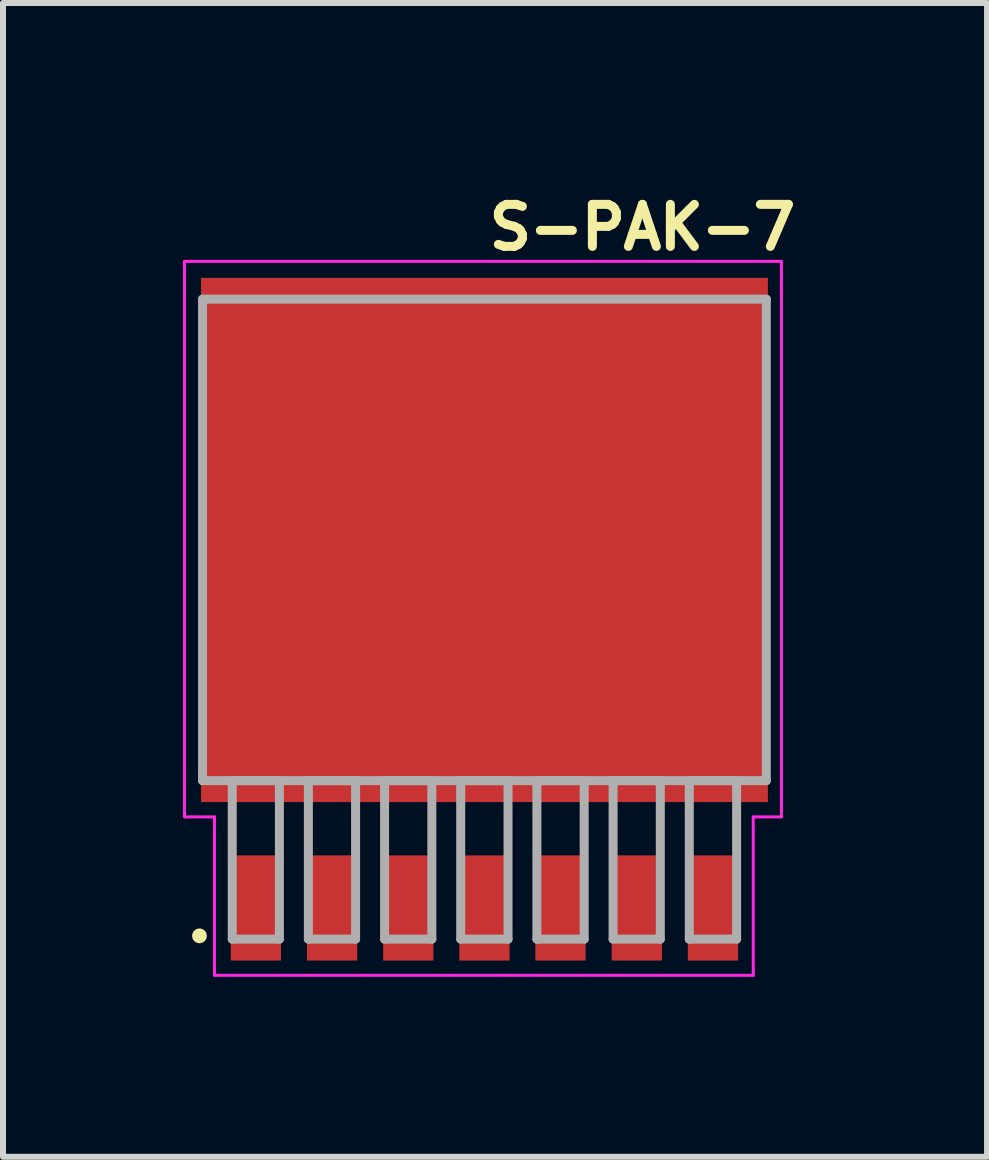
<source format=kicad_pcb>
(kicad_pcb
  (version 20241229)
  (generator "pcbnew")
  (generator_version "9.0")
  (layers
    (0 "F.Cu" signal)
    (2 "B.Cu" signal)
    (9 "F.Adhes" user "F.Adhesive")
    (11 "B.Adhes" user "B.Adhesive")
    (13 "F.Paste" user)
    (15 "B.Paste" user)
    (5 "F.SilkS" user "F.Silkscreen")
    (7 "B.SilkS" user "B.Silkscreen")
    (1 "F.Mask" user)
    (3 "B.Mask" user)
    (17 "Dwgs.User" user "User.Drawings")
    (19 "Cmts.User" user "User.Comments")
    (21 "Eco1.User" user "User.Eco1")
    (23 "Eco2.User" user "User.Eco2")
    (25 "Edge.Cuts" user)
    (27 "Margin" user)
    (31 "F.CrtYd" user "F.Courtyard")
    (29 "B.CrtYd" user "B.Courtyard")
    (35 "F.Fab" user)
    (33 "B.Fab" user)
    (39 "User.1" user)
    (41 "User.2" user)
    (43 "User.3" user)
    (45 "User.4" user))
  (footprint "S-PAK-7"
    (layer "F.Cu")
    (at 5.025 7.386)
    (property "Reference" "S-PAK-7" (at 0 -6.236 0) (unlocked yes) (layer "F.SilkS") (effects (font (size 0.7 0.7) (thickness 0.15)) (justify left bottom)))
    (attr smd)
    (fp_circle (center -4.75 5.163) (end -4.702 5.163) (stroke (width 0.15) (type solid)) (fill yes) (layer "F.SilkS"))
    (fp_line (start -5 -6.08) (end 4.95 -6.08) (stroke (width 0.05) (type solid)) (layer "F.CrtYd"))
    (fp_line (start -5 3.18) (end -5 -6.08) (stroke (width 0.05) (type solid)) (layer "F.CrtYd"))
    (fp_line (start -4.5 3.18) (end -5 3.18) (stroke (width 0.05) (type solid)) (layer "F.CrtYd"))
    (fp_line (start -4.5 5.82) (end -4.5 3.18) (stroke (width 0.05) (type solid)) (layer "F.CrtYd"))
    (fp_line (start 4.48 3.18) (end 4.48 5.82) (stroke (width 0.05) (type solid)) (layer "F.CrtYd"))
    (fp_line (start 4.48 5.82) (end -4.5 5.82) (stroke (width 0.05) (type solid)) (layer "F.CrtYd"))
    (fp_line (start 4.95 -6.08) (end 4.95 3.18) (stroke (width 0.05) (type solid)) (layer "F.CrtYd"))
    (fp_line (start 4.95 3.18) (end 4.48 3.18) (stroke (width 0.05) (type solid)) (layer "F.CrtYd"))
    (fp_line (start -4.699 -5.449) (end -4.699 2.576) (stroke (width 0.15) (type solid)) (layer "F.Fab"))
    (fp_line (start -4.699 2.576) (end 4.698 2.576) (stroke (width 0.15) (type solid)) (layer "F.Fab"))
    (fp_line (start -4.204 2.576) (end -4.204 5.217) (stroke (width 0.15) (type solid)) (layer "F.Fab"))
    (fp_line (start -4.204 5.217) (end -3.418 5.217) (stroke (width 0.15) (type solid)) (layer "F.Fab"))
    (fp_line (start -3.418 2.576) (end -4.204 2.576) (stroke (width 0.15) (type solid)) (layer "F.Fab"))
    (fp_line (start -3.418 5.217) (end -3.418 2.576) (stroke (width 0.15) (type solid)) (layer "F.Fab"))
    (fp_line (start -2.935 2.576) (end -2.935 5.217) (stroke (width 0.15) (type solid)) (layer "F.Fab"))
    (fp_line (start -2.935 5.217) (end -2.148 5.217) (stroke (width 0.15) (type solid)) (layer "F.Fab"))
    (fp_line (start -2.148 2.576) (end -2.935 2.576) (stroke (width 0.15) (type solid)) (layer "F.Fab"))
    (fp_line (start -2.148 5.217) (end -2.148 2.576) (stroke (width 0.15) (type solid)) (layer "F.Fab"))
    (fp_line (start -1.665 2.576) (end -1.665 5.217) (stroke (width 0.15) (type solid)) (layer "F.Fab"))
    (fp_line (start -1.665 5.217) (end -0.877 5.217) (stroke (width 0.15) (type solid)) (layer "F.Fab"))
    (fp_line (start -0.877 2.576) (end -1.665 2.576) (stroke (width 0.15) (type solid)) (layer "F.Fab"))
    (fp_line (start -0.877 5.217) (end -0.877 2.576) (stroke (width 0.15) (type solid)) (layer "F.Fab"))
    (fp_line (start -0.396 2.576) (end -0.396 5.217) (stroke (width 0.15) (type solid)) (layer "F.Fab"))
    (fp_line (start -0.396 5.217) (end 0.393 5.217) (stroke (width 0.15) (type solid)) (layer "F.Fab"))
    (fp_line (start 0.393 2.576) (end -0.396 2.576) (stroke (width 0.15) (type solid)) (layer "F.Fab"))
    (fp_line (start 0.393 5.217) (end 0.393 2.576) (stroke (width 0.15) (type solid)) (layer "F.Fab"))
    (fp_line (start 0.874 2.576) (end 0.874 5.217) (stroke (width 0.15) (type solid)) (layer "F.Fab"))
    (fp_line (start 0.874 5.217) (end 1.662 5.217) (stroke (width 0.15) (type solid)) (layer "F.Fab"))
    (fp_line (start 1.662 2.576) (end 0.874 2.576) (stroke (width 0.15) (type solid)) (layer "F.Fab"))
    (fp_line (start 1.662 5.217) (end 1.662 2.576) (stroke (width 0.15) (type solid)) (layer "F.Fab"))
    (fp_line (start 2.144 2.576) (end 2.144 5.217) (stroke (width 0.15) (type solid)) (layer "F.Fab"))
    (fp_line (start 2.144 5.217) (end 2.931 5.217) (stroke (width 0.15) (type solid)) (layer "F.Fab"))
    (fp_line (start 2.931 2.576) (end 2.144 2.576) (stroke (width 0.15) (type solid)) (layer "F.Fab"))
    (fp_line (start 2.931 5.217) (end 2.931 2.576) (stroke (width 0.15) (type solid)) (layer "F.Fab"))
    (fp_line (start 3.414 2.576) (end 3.414 5.217) (stroke (width 0.15) (type solid)) (layer "F.Fab"))
    (fp_line (start 3.414 5.217) (end 4.203 5.217) (stroke (width 0.15) (type solid)) (layer "F.Fab"))
    (fp_line (start 4.203 2.576) (end 3.414 2.576) (stroke (width 0.15) (type solid)) (layer "F.Fab"))
    (fp_line (start 4.203 5.217) (end 4.203 2.576) (stroke (width 0.15) (type solid)) (layer "F.Fab"))
    (fp_line (start 4.698 -5.449) (end -4.699 -5.449) (stroke (width 0.15) (type solid)) (layer "F.Fab"))
    (fp_line (start 4.698 2.576) (end 4.698 -5.449) (stroke (width 0.15) (type solid)) (layer "F.Fab"))
    (fp_rect (start -4.763 -5.335) (end 4.761 5.333) (stroke (width 0.1) (type solid)) (fill no) (layer "User.5"))
    (fp_line (start -4.763 -5.335) (end -4.763 4.062) (stroke (width 0.02) (type solid)) (layer "User.9"))
    (fp_line (start -4.763 4.062) (end 4.761 4.062) (stroke (width 0.02) (type solid)) (layer "User.9"))
    (fp_line (start -4.204 4.318) (end -4.204 4.062) (stroke (width 0.02) (type solid)) (layer "User.9"))
    (fp_line (start -4.204 4.791) (end -4.204 4.318) (stroke (width 0.02) (type solid)) (layer "User.9"))
    (fp_line (start -4.204 4.842) (end -4.204 4.791) (stroke (width 0.02) (type solid)) (layer "User.9"))
    (fp_line (start -4.204 5.078) (end -4.204 4.842) (stroke (width 0.02) (type solid)) (layer "User.9"))
    (fp_line (start -4.204 5.333) (end -4.204 5.078) (stroke (width 0.02) (type solid)) (layer "User.9"))
    (fp_line (start -4.05 2.818) (end -4.05 2.818) (stroke (width 0.02) (type solid)) (layer "User.9"))
    (fp_line (start -4.05 2.818) (end -4.048 2.83) (stroke (width 0.02) (type solid)) (layer "User.9"))
    (fp_line (start -4.048 2.805) (end -4.05 2.818) (stroke (width 0.02) (type solid)) (layer "User.9"))
    (fp_line (start -4.048 2.83) (end -4.047 2.842) (stroke (width 0.02) (type solid)) (layer "User.9"))
    (fp_line (start -4.047 2.781) (end -4.047 2.793) (stroke (width 0.02) (type solid)) (layer "User.9"))
    (fp_line (start -4.047 2.793) (end -4.048 2.805) (stroke (width 0.02) (type solid)) (layer "User.9"))
    (fp_line (start -4.047 2.842) (end -4.047 2.854) (stroke (width 0.02) (type solid)) (layer "User.9"))
    (fp_line (start -4.047 2.854) (end -4.045 2.865) (stroke (width 0.02) (type solid)) (layer "User.9"))
    (fp_line (start -4.045 2.769) (end -4.047 2.781) (stroke (width 0.02) (type solid)) (layer "User.9"))
    (fp_line (start -4.045 2.865) (end -4.042 2.877) (stroke (width 0.02) (type solid)) (layer "User.9"))
    (fp_line (start -4.042 2.757) (end -4.045 2.769) (stroke (width 0.02) (type solid)) (layer "User.9"))
    (fp_line (start -4.042 2.877) (end -4.039 2.887) (stroke (width 0.02) (type solid)) (layer "User.9"))
    (fp_line (start -4.039 2.746) (end -4.042 2.757) (stroke (width 0.02) (type solid)) (layer "User.9"))
    (fp_line (start -4.039 2.887) (end -4.034 2.898) (stroke (width 0.02) (type solid)) (layer "User.9"))
    (fp_line (start -4.034 2.736) (end -4.039 2.746) (stroke (width 0.02) (type solid)) (layer "User.9"))
    (fp_line (start -4.034 2.898) (end -4.031 2.91) (stroke (width 0.02) (type solid)) (layer "User.9"))
    (fp_line (start -4.031 2.725) (end -4.034 2.736) (stroke (width 0.02) (type solid)) (layer "User.9"))
    (fp_line (start -4.031 2.91) (end -4.026 2.921) (stroke (width 0.02) (type solid)) (layer "User.9"))
    (fp_line (start -4.026 2.713) (end -4.031 2.725) (stroke (width 0.02) (type solid)) (layer "User.9"))
    (fp_line (start -4.026 2.921) (end -4.021 2.93) (stroke (width 0.02) (type solid)) (layer "User.9"))
    (fp_line (start -4.021 2.704) (end -4.026 2.713) (stroke (width 0.02) (type solid)) (layer "User.9"))
    (fp_line (start -4.021 2.93) (end -4.015 2.941) (stroke (width 0.02) (type solid)) (layer "User.9"))
    (fp_line (start -4.015 2.693) (end -4.021 2.704) (stroke (width 0.02) (type solid)) (layer "User.9"))
    (fp_line (start -4.015 2.941) (end -4.008 2.951) (stroke (width 0.02) (type solid)) (layer "User.9"))
    (fp_line (start -4.008 2.684) (end -4.015 2.693) (stroke (width 0.02) (type solid)) (layer "User.9"))
    (fp_line (start -4.008 2.951) (end -4.002 2.959) (stroke (width 0.02) (type solid)) (layer "User.9"))
    (fp_line (start -4.002 2.675) (end -4.008 2.684) (stroke (width 0.02) (type solid)) (layer "User.9"))
    (fp_line (start -4.002 2.959) (end -3.995 2.968) (stroke (width 0.02) (type solid)) (layer "User.9"))
    (fp_line (start -3.995 2.665) (end -4.002 2.675) (stroke (width 0.02) (type solid)) (layer "User.9"))
    (fp_line (start -3.995 2.968) (end -3.988 2.978) (stroke (width 0.02) (type solid)) (layer "User.9"))
    (fp_line (start -3.988 2.656) (end -3.995 2.665) (stroke (width 0.02) (type solid)) (layer "User.9"))
    (fp_line (start -3.988 2.978) (end -3.98 2.986) (stroke (width 0.02) (type solid)) (layer "User.9"))
    (fp_line (start -3.98 2.648) (end -3.988 2.656) (stroke (width 0.02) (type solid)) (layer "User.9"))
    (fp_line (start -3.98 2.986) (end -3.972 2.994) (stroke (width 0.02) (type solid)) (layer "User.9"))
    (fp_line (start -3.972 2.64) (end -3.98 2.648) (stroke (width 0.02) (type solid)) (layer "User.9"))
    (fp_line (start -3.972 2.994) (end -3.963 3) (stroke (width 0.02) (type solid)) (layer "User.9"))
    (fp_line (start -3.963 2.633) (end -3.972 2.64) (stroke (width 0.02) (type solid)) (layer "User.9"))
    (fp_line (start -3.963 3) (end -3.954 3.007) (stroke (width 0.02) (type solid)) (layer "User.9"))
    (fp_line (start -3.954 2.627) (end -3.963 2.633) (stroke (width 0.02) (type solid)) (layer "User.9"))
    (fp_line (start -3.954 3.007) (end -3.944 3.015) (stroke (width 0.02) (type solid)) (layer "User.9"))
    (fp_line (start -3.944 2.62) (end -3.954 2.627) (stroke (width 0.02) (type solid)) (layer "User.9"))
    (fp_line (start -3.944 3.015) (end -3.935 3.02) (stroke (width 0.02) (type solid)) (layer "User.9"))
    (fp_line (start -3.935 2.613) (end -3.944 2.62) (stroke (width 0.02) (type solid)) (layer "User.9"))
    (fp_line (start -3.935 3.02) (end -3.924 3.027) (stroke (width 0.02) (type solid)) (layer "User.9"))
    (fp_line (start -3.924 2.608) (end -3.935 2.613) (stroke (width 0.02) (type solid)) (layer "User.9"))
    (fp_line (start -3.924 3.027) (end -3.915 3.031) (stroke (width 0.02) (type solid)) (layer "User.9"))
    (fp_line (start -3.915 2.603) (end -3.924 2.608) (stroke (width 0.02) (type solid)) (layer "User.9"))
    (fp_line (start -3.915 3.031) (end -3.903 3.036) (stroke (width 0.02) (type solid)) (layer "User.9"))
    (fp_line (start -3.903 2.597) (end -3.915 2.603) (stroke (width 0.02) (type solid)) (layer "User.9"))
    (fp_line (start -3.903 3.036) (end -3.892 3.04) (stroke (width 0.02) (type solid)) (layer "User.9"))
    (fp_line (start -3.892 2.593) (end -3.903 2.597) (stroke (width 0.02) (type solid)) (layer "User.9"))
    (fp_line (start -3.892 3.04) (end -3.882 3.044) (stroke (width 0.02) (type solid)) (layer "User.9"))
    (fp_line (start -3.882 2.589) (end -3.892 2.593) (stroke (width 0.02) (type solid)) (layer "User.9"))
    (fp_line (start -3.882 3.044) (end -3.871 3.047) (stroke (width 0.02) (type solid)) (layer "User.9"))
    (fp_line (start -3.871 2.587) (end -3.882 2.589) (stroke (width 0.02) (type solid)) (layer "User.9"))
    (fp_line (start -3.871 3.047) (end -3.859 3.051) (stroke (width 0.02) (type solid)) (layer "User.9"))
    (fp_line (start -3.859 2.584) (end -3.871 2.587) (stroke (width 0.02) (type solid)) (layer "User.9"))
    (fp_line (start -3.859 3.051) (end -3.847 3.052) (stroke (width 0.02) (type solid)) (layer "User.9"))
    (fp_line (start -3.847 2.581) (end -3.859 2.584) (stroke (width 0.02) (type solid)) (layer "User.9"))
    (fp_line (start -3.847 3.052) (end -3.835 3.054) (stroke (width 0.02) (type solid)) (layer "User.9"))
    (fp_line (start -3.835 2.58) (end -3.847 2.581) (stroke (width 0.02) (type solid)) (layer "User.9"))
    (fp_line (start -3.835 3.054) (end -3.823 3.055) (stroke (width 0.02) (type solid)) (layer "User.9"))
    (fp_line (start -3.823 2.58) (end -3.835 2.58) (stroke (width 0.02) (type solid)) (layer "User.9"))
    (fp_line (start -3.823 3.055) (end -3.81 3.055) (stroke (width 0.02) (type solid)) (layer "User.9"))
    (fp_line (start -3.81 2.579) (end -3.823 2.58) (stroke (width 0.02) (type solid)) (layer "User.9"))
    (fp_line (start -3.81 2.579) (end -3.81 2.579) (stroke (width 0.02) (type solid)) (layer "User.9"))
    (fp_line (start -3.81 3.055) (end -3.81 3.055) (stroke (width 0.02) (type solid)) (layer "User.9"))
    (fp_line (start -3.81 3.055) (end -3.798 3.055) (stroke (width 0.02) (type solid)) (layer "User.9"))
    (fp_line (start -3.798 2.58) (end -3.81 2.579) (stroke (width 0.02) (type solid)) (layer "User.9"))
    (fp_line (start -3.798 3.055) (end -3.786 3.054) (stroke (width 0.02) (type solid)) (layer "User.9"))
    (fp_line (start -3.786 2.58) (end -3.798 2.58) (stroke (width 0.02) (type solid)) (layer "User.9"))
    (fp_line (start -3.786 3.054) (end -3.774 3.052) (stroke (width 0.02) (type solid)) (layer "User.9"))
    (fp_line (start -3.774 2.581) (end -3.786 2.58) (stroke (width 0.02) (type solid)) (layer "User.9"))
    (fp_line (start -3.774 3.052) (end -3.763 3.051) (stroke (width 0.02) (type solid)) (layer "User.9"))
    (fp_line (start -3.763 2.584) (end -3.774 2.581) (stroke (width 0.02) (type solid)) (layer "User.9"))
    (fp_line (start -3.763 3.051) (end -3.751 3.047) (stroke (width 0.02) (type solid)) (layer "User.9"))
    (fp_line (start -3.751 2.587) (end -3.763 2.584) (stroke (width 0.02) (type solid)) (layer "User.9"))
    (fp_line (start -3.751 3.047) (end -3.741 3.044) (stroke (width 0.02) (type solid)) (layer "User.9"))
    (fp_line (start -3.741 2.589) (end -3.751 2.587) (stroke (width 0.02) (type solid)) (layer "User.9"))
    (fp_line (start -3.741 3.044) (end -3.73 3.04) (stroke (width 0.02) (type solid)) (layer "User.9"))
    (fp_line (start -3.73 2.593) (end -3.741 2.589) (stroke (width 0.02) (type solid)) (layer "User.9"))
    (fp_line (start -3.73 3.04) (end -3.718 3.036) (stroke (width 0.02) (type solid)) (layer "User.9"))
    (fp_line (start -3.718 2.597) (end -3.73 2.593) (stroke (width 0.02) (type solid)) (layer "User.9"))
    (fp_line (start -3.718 3.036) (end -3.708 3.031) (stroke (width 0.02) (type solid)) (layer "User.9"))
    (fp_line (start -3.708 2.603) (end -3.718 2.597) (stroke (width 0.02) (type solid)) (layer "User.9"))
    (fp_line (start -3.708 3.031) (end -3.697 3.027) (stroke (width 0.02) (type solid)) (layer "User.9"))
    (fp_line (start -3.697 2.608) (end -3.708 2.603) (stroke (width 0.02) (type solid)) (layer "User.9"))
    (fp_line (start -3.697 3.027) (end -3.688 3.02) (stroke (width 0.02) (type solid)) (layer "User.9"))
    (fp_line (start -3.688 2.613) (end -3.697 2.608) (stroke (width 0.02) (type solid)) (layer "User.9"))
    (fp_line (start -3.688 3.02) (end -3.677 3.015) (stroke (width 0.02) (type solid)) (layer "User.9"))
    (fp_line (start -3.677 2.62) (end -3.688 2.613) (stroke (width 0.02) (type solid)) (layer "User.9"))
    (fp_line (start -3.677 3.015) (end -3.669 3.007) (stroke (width 0.02) (type solid)) (layer "User.9"))
    (fp_line (start -3.669 2.627) (end -3.677 2.62) (stroke (width 0.02) (type solid)) (layer "User.9"))
    (fp_line (start -3.669 3.007) (end -3.66 3) (stroke (width 0.02) (type solid)) (layer "User.9"))
    (fp_line (start -3.66 2.633) (end -3.669 2.627) (stroke (width 0.02) (type solid)) (layer "User.9"))
    (fp_line (start -3.66 3) (end -3.65 2.994) (stroke (width 0.02) (type solid)) (layer "User.9"))
    (fp_line (start -3.65 2.64) (end -3.66 2.633) (stroke (width 0.02) (type solid)) (layer "User.9"))
    (fp_line (start -3.65 2.994) (end -3.642 2.986) (stroke (width 0.02) (type solid)) (layer "User.9"))
    (fp_line (start -3.642 2.648) (end -3.65 2.64) (stroke (width 0.02) (type solid)) (layer "User.9"))
    (fp_line (start -3.642 2.986) (end -3.634 2.978) (stroke (width 0.02) (type solid)) (layer "User.9"))
    (fp_line (start -3.634 2.656) (end -3.642 2.648) (stroke (width 0.02) (type solid)) (layer "User.9"))
    (fp_line (start -3.634 2.978) (end -3.628 2.968) (stroke (width 0.02) (type solid)) (layer "User.9"))
    (fp_line (start -3.628 2.665) (end -3.634 2.656) (stroke (width 0.02) (type solid)) (layer "User.9"))
    (fp_line (start -3.628 2.968) (end -3.621 2.959) (stroke (width 0.02) (type solid)) (layer "User.9"))
    (fp_line (start -3.621 2.675) (end -3.628 2.665) (stroke (width 0.02) (type solid)) (layer "User.9"))
    (fp_line (start -3.621 2.959) (end -3.613 2.951) (stroke (width 0.02) (type solid)) (layer "User.9"))
    (fp_line (start -3.613 2.684) (end -3.621 2.675) (stroke (width 0.02) (type solid)) (layer "User.9"))
    (fp_line (start -3.613 2.951) (end -3.608 2.941) (stroke (width 0.02) (type solid)) (layer "User.9"))
    (fp_line (start -3.608 2.693) (end -3.613 2.684) (stroke (width 0.02) (type solid)) (layer "User.9"))
    (fp_line (start -3.608 2.941) (end -3.601 2.93) (stroke (width 0.02) (type solid)) (layer "User.9"))
    (fp_line (start -3.601 2.704) (end -3.608 2.693) (stroke (width 0.02) (type solid)) (layer "User.9"))
    (fp_line (start -3.601 2.93) (end -3.597 2.921) (stroke (width 0.02) (type solid)) (layer "User.9"))
    (fp_line (start -3.597 2.713) (end -3.601 2.704) (stroke (width 0.02) (type solid)) (layer "User.9"))
    (fp_line (start -3.597 2.921) (end -3.592 2.91) (stroke (width 0.02) (type solid)) (layer "User.9"))
    (fp_line (start -3.592 2.725) (end -3.597 2.713) (stroke (width 0.02) (type solid)) (layer "User.9"))
    (fp_line (start -3.592 2.91) (end -3.588 2.898) (stroke (width 0.02) (type solid)) (layer "User.9"))
    (fp_line (start -3.588 2.736) (end -3.592 2.725) (stroke (width 0.02) (type solid)) (layer "User.9"))
    (fp_line (start -3.588 2.898) (end -3.584 2.887) (stroke (width 0.02) (type solid)) (layer "User.9"))
    (fp_line (start -3.584 2.746) (end -3.588 2.736) (stroke (width 0.02) (type solid)) (layer "User.9"))
    (fp_line (start -3.584 2.887) (end -3.58 2.877) (stroke (width 0.02) (type solid)) (layer "User.9"))
    (fp_line (start -3.58 2.757) (end -3.584 2.746) (stroke (width 0.02) (type solid)) (layer "User.9"))
    (fp_line (start -3.58 2.877) (end -3.577 2.865) (stroke (width 0.02) (type solid)) (layer "User.9"))
    (fp_line (start -3.577 2.769) (end -3.58 2.757) (stroke (width 0.02) (type solid)) (layer "User.9"))
    (fp_line (start -3.577 2.865) (end -3.576 2.854) (stroke (width 0.02) (type solid)) (layer "User.9"))
    (fp_line (start -3.576 2.781) (end -3.577 2.769) (stroke (width 0.02) (type solid)) (layer "User.9"))
    (fp_line (start -3.576 2.854) (end -3.575 2.842) (stroke (width 0.02) (type solid)) (layer "User.9"))
    (fp_line (start -3.575 2.793) (end -3.576 2.781) (stroke (width 0.02) (type solid)) (layer "User.9"))
    (fp_line (start -3.575 2.842) (end -3.573 2.83) (stroke (width 0.02) (type solid)) (layer "User.9"))
    (fp_line (start -3.573 2.805) (end -3.575 2.793) (stroke (width 0.02) (type solid)) (layer "User.9"))
    (fp_line (start -3.573 2.83) (end -3.572 2.818) (stroke (width 0.02) (type solid)) (layer "User.9"))
    (fp_line (start -3.572 2.818) (end -3.573 2.805) (stroke (width 0.02) (type solid)) (layer "User.9"))
    (fp_line (start -3.572 2.818) (end -3.572 2.818) (stroke (width 0.02) (type solid)) (layer "User.9"))
    (fp_line (start -3.572 2.818) (end -3.572 2.818) (stroke (width 0.02) (type solid)) (layer "User.9"))
    (fp_line (start -3.416 4.062) (end -3.416 4.318) (stroke (width 0.02) (type solid)) (layer "User.9"))
    (fp_line (start -3.416 4.318) (end -3.416 4.791) (stroke (width 0.02) (type solid)) (layer "User.9"))
    (fp_line (start -3.416 4.791) (end -3.416 4.842) (stroke (width 0.02) (type solid)) (layer "User.9"))
    (fp_line (start -3.416 4.842) (end -3.416 5.078) (stroke (width 0.02) (type solid)) (layer "User.9"))
    (fp_line (start -3.416 5.078) (end -3.416 5.333) (stroke (width 0.02) (type solid)) (layer "User.9"))
    (fp_line (start -3.416 5.333) (end -4.204 5.333) (stroke (width 0.02) (type solid)) (layer "User.9"))
    (fp_line (start -2.935 4.318) (end -2.935 4.062) (stroke (width 0.02) (type solid)) (layer "User.9"))
    (fp_line (start -2.935 4.791) (end -2.935 4.318) (stroke (width 0.02) (type solid)) (layer "User.9"))
    (fp_line (start -2.935 4.842) (end -2.935 4.791) (stroke (width 0.02) (type solid)) (layer "User.9"))
    (fp_line (start -2.935 5.078) (end -2.935 4.842) (stroke (width 0.02) (type solid)) (layer "User.9"))
    (fp_line (start -2.935 5.333) (end -2.935 5.078) (stroke (width 0.02) (type solid)) (layer "User.9"))
    (fp_line (start -2.146 4.062) (end -2.146 4.318) (stroke (width 0.02) (type solid)) (layer "User.9"))
    (fp_line (start -2.146 4.318) (end -2.146 4.791) (stroke (width 0.02) (type solid)) (layer "User.9"))
    (fp_line (start -2.146 4.791) (end -2.146 4.842) (stroke (width 0.02) (type solid)) (layer "User.9"))
    (fp_line (start -2.146 4.842) (end -2.146 5.078) (stroke (width 0.02) (type solid)) (layer "User.9"))
    (fp_line (start -2.146 5.078) (end -2.146 5.333) (stroke (width 0.02) (type solid)) (layer "User.9"))
    (fp_line (start -2.146 5.333) (end -2.935 5.333) (stroke (width 0.02) (type solid)) (layer "User.9"))
    (fp_line (start -1.665 4.318) (end -1.665 4.062) (stroke (width 0.02) (type solid)) (layer "User.9"))
    (fp_line (start -1.665 4.791) (end -1.665 4.318) (stroke (width 0.02) (type solid)) (layer "User.9"))
    (fp_line (start -1.665 4.842) (end -1.665 4.791) (stroke (width 0.02) (type solid)) (layer "User.9"))
    (fp_line (start -1.665 5.078) (end -1.665 4.842) (stroke (width 0.02) (type solid)) (layer "User.9"))
    (fp_line (start -1.665 5.333) (end -1.665 5.078) (stroke (width 0.02) (type solid)) (layer "User.9"))
    (fp_line (start -0.876 4.062) (end -0.876 4.318) (stroke (width 0.02) (type solid)) (layer "User.9"))
    (fp_line (start -0.876 4.318) (end -0.876 4.791) (stroke (width 0.02) (type solid)) (layer "User.9"))
    (fp_line (start -0.876 4.791) (end -0.876 4.842) (stroke (width 0.02) (type solid)) (layer "User.9"))
    (fp_line (start -0.876 4.842) (end -0.876 5.078) (stroke (width 0.02) (type solid)) (layer "User.9"))
    (fp_line (start -0.876 5.078) (end -0.876 5.333) (stroke (width 0.02) (type solid)) (layer "User.9"))
    (fp_line (start -0.876 5.333) (end -1.665 5.333) (stroke (width 0.02) (type solid)) (layer "User.9"))
    (fp_line (start -0.396 4.318) (end -0.396 4.062) (stroke (width 0.02) (type solid)) (layer "User.9"))
    (fp_line (start -0.396 4.791) (end -0.396 4.318) (stroke (width 0.02) (type solid)) (layer "User.9"))
    (fp_line (start -0.396 4.842) (end -0.396 4.791) (stroke (width 0.02) (type solid)) (layer "User.9"))
    (fp_line (start -0.396 5.078) (end -0.396 4.842) (stroke (width 0.02) (type solid)) (layer "User.9"))
    (fp_line (start -0.396 5.333) (end -0.396 5.078) (stroke (width 0.02) (type solid)) (layer "User.9"))
    (fp_line (start 0.394 4.062) (end 0.394 4.318) (stroke (width 0.02) (type solid)) (layer "User.9"))
    (fp_line (start 0.394 4.318) (end 0.394 4.791) (stroke (width 0.02) (type solid)) (layer "User.9"))
    (fp_line (start 0.394 4.791) (end 0.394 4.842) (stroke (width 0.02) (type solid)) (layer "User.9"))
    (fp_line (start 0.394 4.842) (end 0.394 5.078) (stroke (width 0.02) (type solid)) (layer "User.9"))
    (fp_line (start 0.394 5.078) (end 0.394 5.333) (stroke (width 0.02) (type solid)) (layer "User.9"))
    (fp_line (start 0.394 5.333) (end -0.396 5.333) (stroke (width 0.02) (type solid)) (layer "User.9"))
    (fp_line (start 0.874 4.318) (end 0.874 4.062) (stroke (width 0.02) (type solid)) (layer "User.9"))
    (fp_line (start 0.874 4.791) (end 0.874 4.318) (stroke (width 0.02) (type solid)) (layer "User.9"))
    (fp_line (start 0.874 4.842) (end 0.874 4.791) (stroke (width 0.02) (type solid)) (layer "User.9"))
    (fp_line (start 0.874 5.078) (end 0.874 4.842) (stroke (width 0.02) (type solid)) (layer "User.9"))
    (fp_line (start 0.874 5.333) (end 0.874 5.078) (stroke (width 0.02) (type solid)) (layer "User.9"))
    (fp_line (start 1.662 4.062) (end 1.662 4.318) (stroke (width 0.02) (type solid)) (layer "User.9"))
    (fp_line (start 1.662 4.318) (end 1.662 4.791) (stroke (width 0.02) (type solid)) (layer "User.9"))
    (fp_line (start 1.662 4.791) (end 1.662 4.842) (stroke (width 0.02) (type solid)) (layer "User.9"))
    (fp_line (start 1.662 4.842) (end 1.662 5.078) (stroke (width 0.02) (type solid)) (layer "User.9"))
    (fp_line (start 1.662 5.078) (end 1.662 5.333) (stroke (width 0.02) (type solid)) (layer "User.9"))
    (fp_line (start 1.662 5.333) (end 0.874 5.333) (stroke (width 0.02) (type solid)) (layer "User.9"))
    (fp_line (start 2.144 4.318) (end 2.144 4.062) (stroke (width 0.02) (type solid)) (layer "User.9"))
    (fp_line (start 2.144 4.791) (end 2.144 4.318) (stroke (width 0.02) (type solid)) (layer "User.9"))
    (fp_line (start 2.144 4.842) (end 2.144 4.791) (stroke (width 0.02) (type solid)) (layer "User.9"))
    (fp_line (start 2.144 5.078) (end 2.144 4.842) (stroke (width 0.02) (type solid)) (layer "User.9"))
    (fp_line (start 2.144 5.333) (end 2.144 5.078) (stroke (width 0.02) (type solid)) (layer "User.9"))
    (fp_line (start 2.934 4.062) (end 2.934 4.318) (stroke (width 0.02) (type solid)) (layer "User.9"))
    (fp_line (start 2.934 4.318) (end 2.934 4.791) (stroke (width 0.02) (type solid)) (layer "User.9"))
    (fp_line (start 2.934 4.791) (end 2.934 4.842) (stroke (width 0.02) (type solid)) (layer "User.9"))
    (fp_line (start 2.934 4.842) (end 2.934 5.078) (stroke (width 0.02) (type solid)) (layer "User.9"))
    (fp_line (start 2.934 5.078) (end 2.934 5.333) (stroke (width 0.02) (type solid)) (layer "User.9"))
    (fp_line (start 2.934 5.333) (end 2.144 5.333) (stroke (width 0.02) (type solid)) (layer "User.9"))
    (fp_line (start 3.414 4.318) (end 3.414 4.062) (stroke (width 0.02) (type solid)) (layer "User.9"))
    (fp_line (start 3.414 4.791) (end 3.414 4.318) (stroke (width 0.02) (type solid)) (layer "User.9"))
    (fp_line (start 3.414 4.842) (end 3.414 4.791) (stroke (width 0.02) (type solid)) (layer "User.9"))
    (fp_line (start 3.414 5.078) (end 3.414 4.842) (stroke (width 0.02) (type solid)) (layer "User.9"))
    (fp_line (start 3.414 5.333) (end 3.414 5.078) (stroke (width 0.02) (type solid)) (layer "User.9"))
    (fp_line (start 4.203 4.062) (end 4.203 4.318) (stroke (width 0.02) (type solid)) (layer "User.9"))
    (fp_line (start 4.203 4.318) (end 4.203 4.791) (stroke (width 0.02) (type solid)) (layer "User.9"))
    (fp_line (start 4.203 4.791) (end 4.203 4.842) (stroke (width 0.02) (type solid)) (layer "User.9"))
    (fp_line (start 4.203 4.842) (end 4.203 5.078) (stroke (width 0.02) (type solid)) (layer "User.9"))
    (fp_line (start 4.203 5.078) (end 4.203 5.333) (stroke (width 0.02) (type solid)) (layer "User.9"))
    (fp_line (start 4.203 5.333) (end 3.414 5.333) (stroke (width 0.02) (type solid)) (layer "User.9"))
    (fp_line (start 4.761 -5.335) (end -4.763 -5.335) (stroke (width 0.02) (type solid)) (layer "User.9"))
    (fp_line (start 4.761 4.062) (end 4.761 -5.335) (stroke (width 0.02) (type solid)) (layer "User.9"))
    (pad "1" smd rect (at -3.81 4.698) (size 0.838 1.753) (layers "F.Cu" "F.Mask" "F.Paste"))
    (pad "2" smd rect (at -2.54 4.698) (size 0.838 1.753) (layers "F.Cu" "F.Mask" "F.Paste"))
    (pad "3" smd rect (at -1.27 4.698) (size 0.838 1.753) (layers "F.Cu" "F.Mask" "F.Paste"))
    (pad "4" smd rect (at 0 4.698) (size 0.838 1.753) (layers "F.Cu" "F.Mask" "F.Paste"))
    (pad "5" smd rect (at 1.267 4.698) (size 0.838 1.753) (layers "F.Cu" "F.Mask" "F.Paste"))
    (pad "6" smd rect (at 2.539 4.698) (size 0.838 1.753) (layers "F.Cu" "F.Mask" "F.Paste"))
    (pad "7" smd rect (at 3.809 4.698) (size 0.838 1.753) (layers "F.Cu" "F.Mask" "F.Paste"))
    (pad "8" smd rect (at 0 -1.436) (size 9.449 8.738) (layers "F.Cu" "F.Mask" "F.Paste")))
  (gr_rect
    (start -3 -3)
    (end 13.402 16.231)
    (stroke (width 0.1) (type default))
    (fill no)
    (layer "Edge.Cuts")))
</source>
